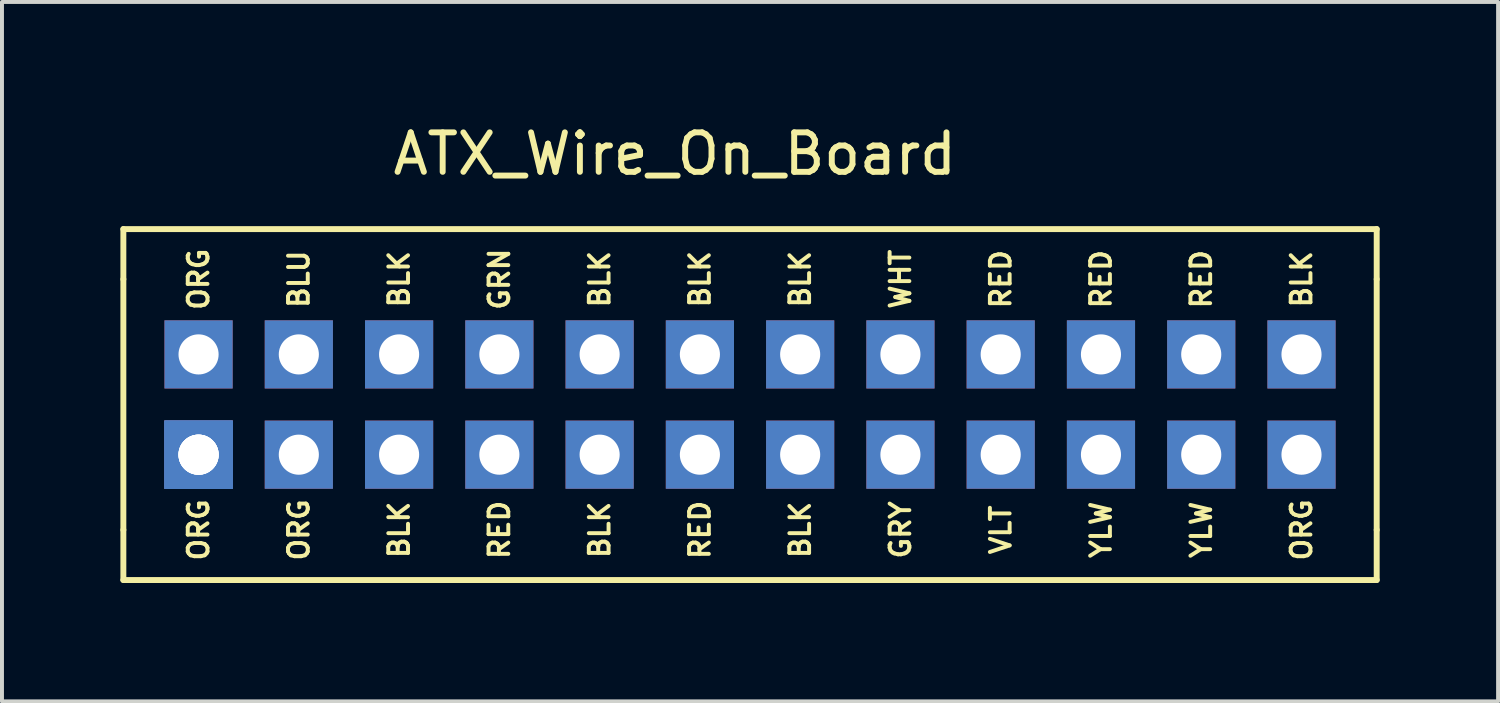
<source format=kicad_pcb>
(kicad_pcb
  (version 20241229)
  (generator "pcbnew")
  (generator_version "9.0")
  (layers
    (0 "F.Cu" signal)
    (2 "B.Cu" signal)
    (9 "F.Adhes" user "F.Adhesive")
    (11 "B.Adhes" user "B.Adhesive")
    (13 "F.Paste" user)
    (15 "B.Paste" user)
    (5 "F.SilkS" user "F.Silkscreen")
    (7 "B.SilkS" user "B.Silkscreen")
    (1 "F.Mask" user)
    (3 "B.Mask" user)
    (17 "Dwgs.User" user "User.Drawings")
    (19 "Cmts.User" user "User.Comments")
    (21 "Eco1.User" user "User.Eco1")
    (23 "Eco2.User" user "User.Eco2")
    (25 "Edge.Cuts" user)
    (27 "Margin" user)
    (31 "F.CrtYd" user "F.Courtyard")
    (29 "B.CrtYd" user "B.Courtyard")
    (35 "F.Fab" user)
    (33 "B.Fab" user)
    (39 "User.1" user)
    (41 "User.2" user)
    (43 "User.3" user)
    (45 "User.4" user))
  (footprint "ATX_Wire_On_Board"
    (layer "F.Cu")
    (at 14.68 11.008)
    (property "Reference" "ATX_Wire_On_Board" (at -0.635 -10.16 0) (layer "F.SilkS") (effects (font (size 1 1) (thickness 0.15))))
    (attr through_hole)
    (fp_line (start -14.605 -8.255) (end 17.145 -8.255) (stroke (width 0.15) (type solid)) (layer "F.SilkS"))
    (fp_line (start -14.605 -6.985) (end -14.605 -8.255) (stroke (width 0.15) (type solid)) (layer "F.SilkS"))
    (fp_line (start -14.605 -0.635) (end -14.605 -6.985) (stroke (width 0.15) (type solid)) (layer "F.SilkS"))
    (fp_line (start -14.605 -0.635) (end -14.605 0.635) (stroke (width 0.15) (type solid)) (layer "F.SilkS"))
    (fp_line (start -14.605 0.635) (end 17.145 0.635) (stroke (width 0.15) (type solid)) (layer "F.SilkS"))
    (fp_line (start 17.145 -8.255) (end 17.145 -6.985) (stroke (width 0.15) (type solid)) (layer "F.SilkS"))
    (fp_line (start 17.145 -6.985) (end 17.145 -0.635) (stroke (width 0.15) (type solid)) (layer "F.SilkS"))
    (fp_line (start 17.145 0.635) (end 17.145 -0.635) (stroke (width 0.15) (type solid)) (layer "F.SilkS"))
    (fp_text user "RED" (at 0 -0.635 90) (layer "F.SilkS") (effects (font (size 0.5 0.5) (thickness 0.1))))
    (fp_text user "GRN" (at -5.08 -6.985 90) (layer "F.SilkS") (effects (font (size 0.5 0.5) (thickness 0.1))))
    (fp_text user "BLK" (at 2.54 -6.985 90) (layer "F.SilkS") (effects (font (size 0.5 0.5) (thickness 0.1))))
    (fp_text user "YLW" (at 12.7 -0.635 90) (layer "F.SilkS") (effects (font (size 0.5 0.5) (thickness 0.1))))
    (fp_text user "WHT" (at 5.08 -6.985 90) (layer "F.SilkS") (effects (font (size 0.5 0.5) (thickness 0.1))))
    (fp_text user "BLK" (at 15.24 -6.985 90) (layer "F.SilkS") (effects (font (size 0.5 0.5) (thickness 0.1))))
    (fp_text user "RED" (at 7.62 -6.985 90) (layer "F.SilkS") (effects (font (size 0.5 0.5) (thickness 0.1))))
    (fp_text user "ORG" (at 15.24 -0.635 90) (layer "F.SilkS") (effects (font (size 0.5 0.5) (thickness 0.1))))
    (fp_text user "RED" (at 12.7 -6.985 90) (layer "F.SilkS") (effects (font (size 0.5 0.5) (thickness 0.1))))
    (fp_text user "ORG" (at -12.7 -0.635 90) (layer "F.SilkS") (effects (font (size 0.5 0.5) (thickness 0.1))))
    (fp_text user "ORG" (at -10.16 -0.635 90) (layer "F.SilkS") (effects (font (size 0.5 0.5) (thickness 0.1))))
    (fp_text user "BLK" (at -2.54 -0.635 90) (layer "F.SilkS") (effects (font (size 0.5 0.5) (thickness 0.1))))
    (fp_text user "BLK" (at -7.62 -6.985 90) (layer "F.SilkS") (effects (font (size 0.5 0.5) (thickness 0.1))))
    (fp_text user "BLU" (at -10.16 -6.985 90) (layer "F.SilkS") (effects (font (size 0.5 0.5) (thickness 0.1))))
    (fp_text user "BLK" (at -7.62 -0.635 90) (layer "F.SilkS") (effects (font (size 0.5 0.5) (thickness 0.1))))
    (fp_text user "VLT" (at 7.62 -0.635 90) (layer "F.SilkS") (effects (font (size 0.5 0.5) (thickness 0.1))))
    (fp_text user "BLK" (at 2.54 -0.635 90) (layer "F.SilkS") (effects (font (size 0.5 0.5) (thickness 0.1))))
    (fp_text user "RED" (at 10.16 -6.985 90) (layer "F.SilkS") (effects (font (size 0.5 0.5) (thickness 0.1))))
    (fp_text user "GRY" (at 5.08 -0.635 90) (layer "F.SilkS") (effects (font (size 0.5 0.5) (thickness 0.1))))
    (fp_text user "YLW" (at 10.16 -0.635 90) (layer "F.SilkS") (effects (font (size 0.5 0.5) (thickness 0.1))))
    (fp_text user "BLK" (at -2.54 -6.985 90) (layer "F.SilkS") (effects (font (size 0.5 0.5) (thickness 0.1))))
    (fp_text user "BLK" (at 0 -6.985 90) (layer "F.SilkS") (effects (font (size 0.5 0.5) (thickness 0.1))))
    (fp_text user "ORG" (at -12.7 -6.985 90) (layer "F.SilkS") (effects (font (size 0.5 0.5) (thickness 0.1))))
    (fp_text user "RED" (at -5.08 -0.635 90) (layer "F.SilkS") (effects (font (size 0.5 0.5) (thickness 0.1))))
    (pad "1" thru_hole rect (at -12.7 -2.54) (size 1.727 1.727) (drill 1.016) (layers "*.Cu" "*.Mask"))
    (pad "1" thru_hole rect (at -12.7 -2.54) (size 1.727 1.727) (drill 1.016) (layers "*.Cu" "*.Mask"))
    (pad "1" thru_hole rect (at -12.7 -2.54) (size 1.727 1.727) (drill 1.016) (layers "*.Cu" "*.Mask"))
    (pad "1" thru_hole rect (at -12.7 -2.54) (size 1.727 1.727) (drill 1.016) (layers "*.Cu" "*.Mask"))
    (pad "2" thru_hole rect (at -10.16 -2.54) (size 1.727 1.727) (drill 1.016) (layers "*.Cu" "*.Mask"))
    (pad "3" thru_hole rect (at -7.62 -2.54) (size 1.727 1.727) (drill 1.016) (layers "*.Cu" "*.Mask"))
    (pad "4" thru_hole rect (at -5.08 -2.54) (size 1.727 1.727) (drill 1.016) (layers "*.Cu" "*.Mask"))
    (pad "5" thru_hole rect (at -2.54 -2.54) (size 1.727 1.727) (drill 1.016) (layers "*.Cu" "*.Mask"))
    (pad "6" thru_hole rect (at 0 -2.54) (size 1.727 1.727) (drill 1.016) (layers "*.Cu" "*.Mask"))
    (pad "7" thru_hole rect (at 2.54 -2.54) (size 1.727 1.727) (drill 1.016) (layers "*.Cu" "*.Mask"))
    (pad "8" thru_hole rect (at 5.08 -2.54) (size 1.727 1.727) (drill 1.016) (layers "*.Cu" "*.Mask"))
    (pad "9" thru_hole rect (at 7.62 -2.54) (size 1.727 1.727) (drill 1.016) (layers "*.Cu" "*.Mask"))
    (pad "10" thru_hole rect (at 10.16 -2.54) (size 1.727 1.727) (drill 1.016) (layers "*.Cu" "*.Mask"))
    (pad "11" thru_hole rect (at 12.7 -2.54) (size 1.727 1.727) (drill 1.016) (layers "*.Cu" "*.Mask"))
    (pad "12" thru_hole rect (at 15.24 -2.54) (size 1.727 1.727) (drill 1.016) (layers "*.Cu" "*.Mask"))
    (pad "13" thru_hole rect (at -12.7 -5.08) (size 1.727 1.727) (drill 1.016) (layers "*.Cu" "*.Mask"))
    (pad "14" thru_hole rect (at -10.16 -5.08) (size 1.727 1.727) (drill 1.016) (layers "*.Cu" "*.Mask"))
    (pad "15" thru_hole rect (at -7.62 -5.08) (size 1.727 1.727) (drill 1.016) (layers "*.Cu" "*.Mask"))
    (pad "16" thru_hole rect (at -5.08 -5.08) (size 1.727 1.727) (drill 1.016) (layers "*.Cu" "*.Mask"))
    (pad "17" thru_hole rect (at -2.54 -5.08) (size 1.727 1.727) (drill 1.016) (layers "*.Cu" "*.Mask"))
    (pad "18" thru_hole rect (at 0 -5.08) (size 1.727 1.727) (drill 1.016) (layers "*.Cu" "*.Mask"))
    (pad "19" thru_hole rect (at 2.54 -5.08) (size 1.727 1.727) (drill 1.016) (layers "*.Cu" "*.Mask"))
    (pad "20" thru_hole rect (at 5.08 -5.08) (size 1.727 1.727) (drill 1.016) (layers "*.Cu" "*.Mask"))
    (pad "21" thru_hole rect (at 7.62 -5.08) (size 1.727 1.727) (drill 1.016) (layers "*.Cu" "*.Mask"))
    (pad "22" thru_hole rect (at 10.16 -5.08) (size 1.727 1.727) (drill 1.016) (layers "*.Cu" "*.Mask"))
    (pad "23" thru_hole rect (at 12.7 -5.08) (size 1.727 1.727) (drill 1.016) (layers "*.Cu" "*.Mask"))
    (pad "24" thru_hole rect (at 15.24 -5.08) (size 1.727 1.727) (drill 1.016) (layers "*.Cu" "*.Mask")))
  (gr_rect
    (start -3 -3)
    (end 34.9 14.718)
    (stroke (width 0.1) (type default))
    (fill no)
    (layer "Edge.Cuts")))
</source>
